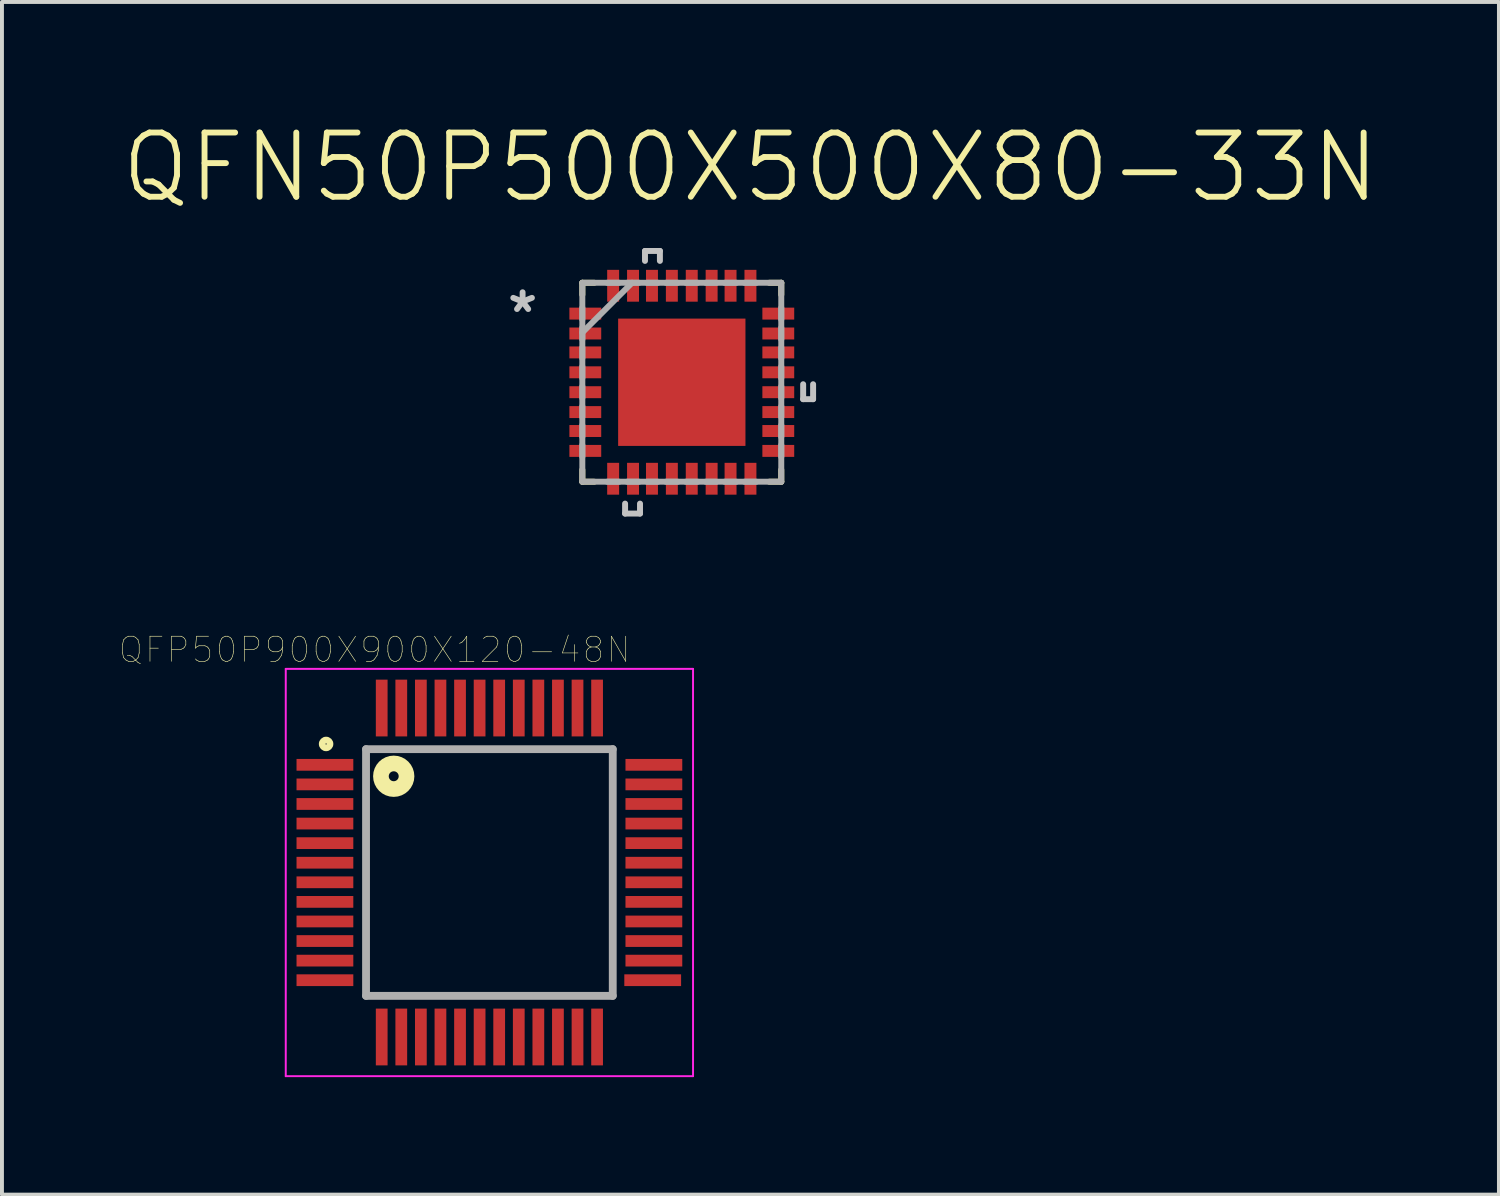
<source format=kicad_pcb>
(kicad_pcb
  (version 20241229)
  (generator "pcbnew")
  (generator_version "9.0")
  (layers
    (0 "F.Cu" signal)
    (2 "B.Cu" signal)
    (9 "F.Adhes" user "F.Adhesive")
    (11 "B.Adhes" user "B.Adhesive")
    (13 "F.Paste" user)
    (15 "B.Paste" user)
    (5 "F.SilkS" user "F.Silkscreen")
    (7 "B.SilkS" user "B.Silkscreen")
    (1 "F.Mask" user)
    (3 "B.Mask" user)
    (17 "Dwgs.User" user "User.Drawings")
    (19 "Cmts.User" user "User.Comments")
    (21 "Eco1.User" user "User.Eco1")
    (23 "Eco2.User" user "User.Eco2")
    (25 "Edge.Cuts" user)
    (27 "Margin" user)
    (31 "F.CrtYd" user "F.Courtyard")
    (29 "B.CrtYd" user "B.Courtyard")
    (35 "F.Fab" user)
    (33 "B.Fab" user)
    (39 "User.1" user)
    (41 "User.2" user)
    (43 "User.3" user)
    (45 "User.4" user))
  (footprint "QFP50P900X900X120-48N"
    (layer "F.Cu")
    (at 9.447 19.23)
    (property "Reference" "QFP50P900X900X120-48N" (at -2.929 -5.689 0) (layer "F.SilkS") (effects (font (size 0.641 0.641) (thickness 0.015))))
    (attr through_hole)
    (fp_circle (center -4.17 -3.283) (end -4.07 -3.283) (stroke (width 0.17) (type solid)) (fill no) (layer "F.SilkS"))
    (fp_circle (center -2.443 -2.458) (end -2.316 -2.458) (stroke (width 0.4) (type solid)) (fill no) (layer "F.SilkS"))
    (fp_line (start -5.2 -5.2) (end 5.2 -5.2) (stroke (width 0.05) (type solid)) (layer "F.CrtYd"))
    (fp_line (start -5.2 5.2) (end -5.2 -5.2) (stroke (width 0.05) (type solid)) (layer "F.CrtYd"))
    (fp_line (start 5.2 -5.2) (end 5.2 5.2) (stroke (width 0.05) (type solid)) (layer "F.CrtYd"))
    (fp_line (start 5.2 5.2) (end -5.2 5.2) (stroke (width 0.05) (type solid)) (layer "F.CrtYd"))
    (fp_line (start -3.15 3.15) (end -3.15 -3.15) (stroke (width 0.2) (type solid)) (layer "F.Fab"))
    (fp_line (start 3.15 -3.15) (end -3.15 -3.15) (stroke (width 0.2) (type solid)) (layer "F.Fab"))
    (fp_line (start 3.15 3.15) (end -3.15 3.15) (stroke (width 0.2) (type solid)) (layer "F.Fab"))
    (fp_line (start 3.15 3.15) (end 3.15 -3.15) (stroke (width 0.2) (type solid)) (layer "F.Fab"))
    (pad "1" smd rect (at -4.2 -2.75) (size 1.45 0.3) (layers "F.Cu" "F.Mask" "F.Paste"))
    (pad "2" smd rect (at -4.2 -2.25) (size 1.45 0.3) (layers "F.Cu" "F.Mask" "F.Paste"))
    (pad "3" smd rect (at -4.2 -1.75) (size 1.45 0.3) (layers "F.Cu" "F.Mask" "F.Paste"))
    (pad "4" smd rect (at -4.2 -1.25) (size 1.45 0.3) (layers "F.Cu" "F.Mask" "F.Paste"))
    (pad "5" smd rect (at -4.2 -0.75) (size 1.45 0.3) (layers "F.Cu" "F.Mask" "F.Paste"))
    (pad "6" smd rect (at -4.2 -0.25) (size 1.45 0.3) (layers "F.Cu" "F.Mask" "F.Paste"))
    (pad "7" smd rect (at -4.2 0.25) (size 1.45 0.3) (layers "F.Cu" "F.Mask" "F.Paste"))
    (pad "8" smd rect (at -4.2 0.75) (size 1.45 0.3) (layers "F.Cu" "F.Mask" "F.Paste"))
    (pad "9" smd rect (at -4.2 1.25) (size 1.45 0.3) (layers "F.Cu" "F.Mask" "F.Paste"))
    (pad "10" smd rect (at -4.2 1.75) (size 1.45 0.3) (layers "F.Cu" "F.Mask" "F.Paste"))
    (pad "11" smd rect (at -4.2 2.25) (size 1.45 0.3) (layers "F.Cu" "F.Mask" "F.Paste"))
    (pad "12" smd rect (at -4.2 2.75) (size 1.45 0.3) (layers "F.Cu" "F.Mask" "F.Paste"))
    (pad "13" smd rect (at -2.75 4.2) (size 0.3 1.45) (layers "F.Cu" "F.Mask" "F.Paste"))
    (pad "14" smd rect (at -2.25 4.2) (size 0.3 1.45) (layers "F.Cu" "F.Mask" "F.Paste"))
    (pad "15" smd rect (at -1.75 4.2) (size 0.3 1.45) (layers "F.Cu" "F.Mask" "F.Paste"))
    (pad "16" smd rect (at -1.25 4.2) (size 0.3 1.45) (layers "F.Cu" "F.Mask" "F.Paste"))
    (pad "17" smd rect (at -0.75 4.2) (size 0.3 1.45) (layers "F.Cu" "F.Mask" "F.Paste"))
    (pad "18" smd rect (at -0.25 4.2) (size 0.3 1.45) (layers "F.Cu" "F.Mask" "F.Paste"))
    (pad "19" smd rect (at 0.25 4.2) (size 0.3 1.45) (layers "F.Cu" "F.Mask" "F.Paste"))
    (pad "20" smd rect (at 0.75 4.2) (size 0.3 1.45) (layers "F.Cu" "F.Mask" "F.Paste"))
    (pad "21" smd rect (at 1.25 4.2) (size 0.3 1.45) (layers "F.Cu" "F.Mask" "F.Paste"))
    (pad "22" smd rect (at 1.75 4.2) (size 0.3 1.45) (layers "F.Cu" "F.Mask" "F.Paste"))
    (pad "23" smd rect (at 2.25 4.2) (size 0.3 1.45) (layers "F.Cu" "F.Mask" "F.Paste"))
    (pad "24" smd rect (at 2.75 4.2) (size 0.3 1.45) (layers "F.Cu" "F.Mask" "F.Paste"))
    (pad "25" smd rect (at 4.17 2.75) (size 1.45 0.3) (layers "F.Cu" "F.Mask" "F.Paste"))
    (pad "26" smd rect (at 4.2 2.25) (size 1.45 0.3) (layers "F.Cu" "F.Mask" "F.Paste"))
    (pad "27" smd rect (at 4.2 1.75) (size 1.45 0.3) (layers "F.Cu" "F.Mask" "F.Paste"))
    (pad "28" smd rect (at 4.2 1.25) (size 1.45 0.3) (layers "F.Cu" "F.Mask" "F.Paste"))
    (pad "29" smd rect (at 4.2 0.75) (size 1.45 0.3) (layers "F.Cu" "F.Mask" "F.Paste"))
    (pad "30" smd rect (at 4.2 0.25) (size 1.45 0.3) (layers "F.Cu" "F.Mask" "F.Paste"))
    (pad "31" smd rect (at 4.2 -0.25) (size 1.45 0.3) (layers "F.Cu" "F.Mask" "F.Paste"))
    (pad "32" smd rect (at 4.2 -0.75) (size 1.45 0.3) (layers "F.Cu" "F.Mask" "F.Paste"))
    (pad "33" smd rect (at 4.2 -1.25) (size 1.45 0.3) (layers "F.Cu" "F.Mask" "F.Paste"))
    (pad "34" smd rect (at 4.2 -1.75) (size 1.45 0.3) (layers "F.Cu" "F.Mask" "F.Paste"))
    (pad "35" smd rect (at 4.2 -2.25) (size 1.45 0.3) (layers "F.Cu" "F.Mask" "F.Paste"))
    (pad "36" smd rect (at 4.2 -2.75) (size 1.45 0.3) (layers "F.Cu" "F.Mask" "F.Paste"))
    (pad "37" smd rect (at 2.75 -4.2) (size 0.3 1.45) (layers "F.Cu" "F.Mask" "F.Paste"))
    (pad "38" smd rect (at 2.25 -4.2) (size 0.3 1.45) (layers "F.Cu" "F.Mask" "F.Paste"))
    (pad "39" smd rect (at 1.75 -4.2) (size 0.3 1.45) (layers "F.Cu" "F.Mask" "F.Paste"))
    (pad "40" smd rect (at 1.25 -4.2) (size 0.3 1.45) (layers "F.Cu" "F.Mask" "F.Paste"))
    (pad "41" smd rect (at 0.75 -4.2) (size 0.3 1.45) (layers "F.Cu" "F.Mask" "F.Paste"))
    (pad "42" smd rect (at 0.25 -4.2) (size 0.3 1.45) (layers "F.Cu" "F.Mask" "F.Paste"))
    (pad "43" smd rect (at -0.25 -4.2) (size 0.3 1.45) (layers "F.Cu" "F.Mask" "F.Paste"))
    (pad "44" smd rect (at -0.75 -4.2) (size 0.3 1.45) (layers "F.Cu" "F.Mask" "F.Paste"))
    (pad "45" smd rect (at -1.25 -4.2) (size 0.3 1.45) (layers "F.Cu" "F.Mask" "F.Paste"))
    (pad "46" smd rect (at -1.75 -4.2) (size 0.3 1.45) (layers "F.Cu" "F.Mask" "F.Paste"))
    (pad "47" smd rect (at -2.25 -4.2) (size 0.3 1.45) (layers "F.Cu" "F.Mask" "F.Paste"))
    (pad "48" smd rect (at -2.75 -4.2) (size 0.3 1.45) (layers "F.Cu" "F.Mask" "F.Paste")))
  (footprint "QFN50P500X500X80-33N"
    (layer "F.Cu")
    (at 14.36 6.711)
    (property "Reference" "QFN50P500X500X80-33N" (at 1.753 -5.488 0) (layer "F.SilkS") (effects (font (size 1.64 1.64) (thickness 0.15))))
    (attr through_hole)
    (fp_line (start -2.54 -2.54) (end -2.54 -2.235) (stroke (width 0.152) (type solid)) (layer "F.SilkS"))
    (fp_line (start -2.54 2.235) (end -2.54 2.54) (stroke (width 0.152) (type solid)) (layer "F.SilkS"))
    (fp_line (start -2.54 2.54) (end -2.235 2.54) (stroke (width 0.152) (type solid)) (layer "F.SilkS"))
    (fp_line (start -2.235 -2.54) (end -2.54 -2.54) (stroke (width 0.152) (type solid)) (layer "F.SilkS"))
    (fp_line (start 2.235 2.54) (end 2.54 2.54) (stroke (width 0.152) (type solid)) (layer "F.SilkS"))
    (fp_line (start 2.54 -2.54) (end 2.235 -2.54) (stroke (width 0.152) (type solid)) (layer "F.SilkS"))
    (fp_line (start 2.54 -2.235) (end 2.54 -2.54) (stroke (width 0.152) (type solid)) (layer "F.SilkS"))
    (fp_line (start 2.54 2.54) (end 2.54 2.235) (stroke (width 0.152) (type solid)) (layer "F.SilkS"))
    (fp_line (start -1.448 3.099) (end -1.448 3.353) (stroke (width 0.152) (type solid)) (layer "Dwgs.User"))
    (fp_line (start -1.448 3.353) (end -1.067 3.353) (stroke (width 0.152) (type solid)) (layer "Dwgs.User"))
    (fp_line (start -1.067 3.353) (end -1.067 3.099) (stroke (width 0.152) (type solid)) (layer "Dwgs.User"))
    (fp_line (start -0.94 -3.353) (end -0.559 -3.353) (stroke (width 0.152) (type solid)) (layer "Dwgs.User"))
    (fp_line (start -0.94 -3.099) (end -0.94 -3.353) (stroke (width 0.152) (type solid)) (layer "Dwgs.User"))
    (fp_line (start -0.559 -3.353) (end -0.559 -3.099) (stroke (width 0.152) (type solid)) (layer "Dwgs.User"))
    (fp_line (start 3.099 0.432) (end 3.099 0.051) (stroke (width 0.152) (type solid)) (layer "Dwgs.User"))
    (fp_line (start 3.353 0.051) (end 3.353 0.432) (stroke (width 0.152) (type solid)) (layer "Dwgs.User"))
    (fp_line (start 3.353 0.432) (end 3.099 0.432) (stroke (width 0.152) (type solid)) (layer "Dwgs.User"))
    (fp_line (start -2.54 -2.54) (end -2.54 2.54) (stroke (width 0.152) (type solid)) (layer "F.Fab"))
    (fp_line (start -2.54 -1.905) (end -2.54 -1.6) (stroke (width 0.152) (type solid)) (layer "F.Fab"))
    (fp_line (start -2.54 -1.397) (end -2.54 -1.092) (stroke (width 0.152) (type solid)) (layer "F.Fab"))
    (fp_line (start -2.54 -1.27) (end -1.27 -2.54) (stroke (width 0.152) (type solid)) (layer "F.Fab"))
    (fp_line (start -2.54 -0.889) (end -2.54 -0.61) (stroke (width 0.152) (type solid)) (layer "F.Fab"))
    (fp_line (start -2.54 -0.406) (end -2.54 -0.102) (stroke (width 0.152) (type solid)) (layer "F.Fab"))
    (fp_line (start -2.54 0.102) (end -2.54 0.406) (stroke (width 0.152) (type solid)) (layer "F.Fab"))
    (fp_line (start -2.54 0.61) (end -2.54 0.889) (stroke (width 0.152) (type solid)) (layer "F.Fab"))
    (fp_line (start -2.54 1.092) (end -2.54 1.397) (stroke (width 0.152) (type solid)) (layer "F.Fab"))
    (fp_line (start -2.54 1.6) (end -2.54 1.905) (stroke (width 0.152) (type solid)) (layer "F.Fab"))
    (fp_line (start -2.54 2.54) (end 2.54 2.54) (stroke (width 0.152) (type solid)) (layer "F.Fab"))
    (fp_line (start -1.905 2.54) (end -1.6 2.54) (stroke (width 0.152) (type solid)) (layer "F.Fab"))
    (fp_line (start -1.6 -2.54) (end -1.905 -2.54) (stroke (width 0.152) (type solid)) (layer "F.Fab"))
    (fp_line (start -1.397 2.54) (end -1.092 2.54) (stroke (width 0.152) (type solid)) (layer "F.Fab"))
    (fp_line (start -1.092 -2.54) (end -1.397 -2.54) (stroke (width 0.152) (type solid)) (layer "F.Fab"))
    (fp_line (start -0.889 2.54) (end -0.61 2.54) (stroke (width 0.152) (type solid)) (layer "F.Fab"))
    (fp_line (start -0.61 -2.54) (end -0.889 -2.54) (stroke (width 0.152) (type solid)) (layer "F.Fab"))
    (fp_line (start -0.406 2.54) (end -0.102 2.54) (stroke (width 0.152) (type solid)) (layer "F.Fab"))
    (fp_line (start -0.102 -2.54) (end -0.406 -2.54) (stroke (width 0.152) (type solid)) (layer "F.Fab"))
    (fp_line (start 0.102 2.54) (end 0.406 2.54) (stroke (width 0.152) (type solid)) (layer "F.Fab"))
    (fp_line (start 0.406 -2.54) (end 0.102 -2.54) (stroke (width 0.152) (type solid)) (layer "F.Fab"))
    (fp_line (start 0.61 2.54) (end 0.889 2.54) (stroke (width 0.152) (type solid)) (layer "F.Fab"))
    (fp_line (start 0.889 -2.54) (end 0.61 -2.54) (stroke (width 0.152) (type solid)) (layer "F.Fab"))
    (fp_line (start 1.092 2.54) (end 1.397 2.54) (stroke (width 0.152) (type solid)) (layer "F.Fab"))
    (fp_line (start 1.397 -2.54) (end 1.092 -2.54) (stroke (width 0.152) (type solid)) (layer "F.Fab"))
    (fp_line (start 1.6 2.54) (end 1.905 2.54) (stroke (width 0.152) (type solid)) (layer "F.Fab"))
    (fp_line (start 1.905 -2.54) (end 1.6 -2.54) (stroke (width 0.152) (type solid)) (layer "F.Fab"))
    (fp_line (start 2.54 -2.54) (end -2.54 -2.54) (stroke (width 0.152) (type solid)) (layer "F.Fab"))
    (fp_line (start 2.54 -1.6) (end 2.54 -1.905) (stroke (width 0.152) (type solid)) (layer "F.Fab"))
    (fp_line (start 2.54 -1.092) (end 2.54 -1.397) (stroke (width 0.152) (type solid)) (layer "F.Fab"))
    (fp_line (start 2.54 -0.61) (end 2.54 -0.889) (stroke (width 0.152) (type solid)) (layer "F.Fab"))
    (fp_line (start 2.54 -0.102) (end 2.54 -0.406) (stroke (width 0.152) (type solid)) (layer "F.Fab"))
    (fp_line (start 2.54 0.406) (end 2.54 0.102) (stroke (width 0.152) (type solid)) (layer "F.Fab"))
    (fp_line (start 2.54 0.889) (end 2.54 0.61) (stroke (width 0.152) (type solid)) (layer "F.Fab"))
    (fp_line (start 2.54 1.397) (end 2.54 1.092) (stroke (width 0.152) (type solid)) (layer "F.Fab"))
    (fp_line (start 2.54 1.905) (end 2.54 1.6) (stroke (width 0.152) (type solid)) (layer "F.Fab"))
    (fp_line (start 2.54 2.54) (end 2.54 -2.54) (stroke (width 0.152) (type solid)) (layer "F.Fab"))
    (fp_text user "*" (at -4.065 -1.753 0) (layer "Dwgs.User") (effects (font (size 1 1) (thickness 0.15))))
    (pad "1" smd rect (at -2.464 -1.753) (size 0.813 0.305) (layers "F.Cu" "F.Mask" "F.Paste"))
    (pad "2" smd rect (at -2.464 -1.245) (size 0.813 0.305) (layers "F.Cu" "F.Mask" "F.Paste"))
    (pad "3" smd rect (at -2.464 -0.762) (size 0.813 0.305) (layers "F.Cu" "F.Mask" "F.Paste"))
    (pad "4" smd rect (at -2.464 -0.254) (size 0.813 0.305) (layers "F.Cu" "F.Mask" "F.Paste"))
    (pad "5" smd rect (at -2.464 0.254) (size 0.813 0.305) (layers "F.Cu" "F.Mask" "F.Paste"))
    (pad "6" smd rect (at -2.464 0.762) (size 0.813 0.305) (layers "F.Cu" "F.Mask" "F.Paste"))
    (pad "7" smd rect (at -2.464 1.245) (size 0.813 0.305) (layers "F.Cu" "F.Mask" "F.Paste"))
    (pad "8" smd rect (at -2.464 1.753) (size 0.813 0.305) (layers "F.Cu" "F.Mask" "F.Paste"))
    (pad "9" smd rect (at -1.753 2.464) (size 0.305 0.813) (layers "F.Cu" "F.Mask" "F.Paste"))
    (pad "10" smd rect (at -1.245 2.464) (size 0.305 0.813) (layers "F.Cu" "F.Mask" "F.Paste"))
    (pad "11" smd rect (at -0.762 2.464) (size 0.305 0.813) (layers "F.Cu" "F.Mask" "F.Paste"))
    (pad "12" smd rect (at -0.254 2.464) (size 0.305 0.813) (layers "F.Cu" "F.Mask" "F.Paste"))
    (pad "13" smd rect (at 0.254 2.464) (size 0.305 0.813) (layers "F.Cu" "F.Mask" "F.Paste"))
    (pad "14" smd rect (at 0.762 2.464) (size 0.305 0.813) (layers "F.Cu" "F.Mask" "F.Paste"))
    (pad "15" smd rect (at 1.245 2.464) (size 0.305 0.813) (layers "F.Cu" "F.Mask" "F.Paste"))
    (pad "16" smd rect (at 1.753 2.464) (size 0.305 0.813) (layers "F.Cu" "F.Mask" "F.Paste"))
    (pad "17" smd rect (at 2.464 1.753) (size 0.813 0.305) (layers "F.Cu" "F.Mask" "F.Paste"))
    (pad "18" smd rect (at 2.464 1.245) (size 0.813 0.305) (layers "F.Cu" "F.Mask" "F.Paste"))
    (pad "19" smd rect (at 2.464 0.762) (size 0.813 0.305) (layers "F.Cu" "F.Mask" "F.Paste"))
    (pad "20" smd rect (at 2.464 0.254) (size 0.813 0.305) (layers "F.Cu" "F.Mask" "F.Paste"))
    (pad "21" smd rect (at 2.464 -0.254) (size 0.813 0.305) (layers "F.Cu" "F.Mask" "F.Paste"))
    (pad "22" smd rect (at 2.464 -0.762) (size 0.813 0.305) (layers "F.Cu" "F.Mask" "F.Paste"))
    (pad "23" smd rect (at 2.464 -1.245) (size 0.813 0.305) (layers "F.Cu" "F.Mask" "F.Paste"))
    (pad "24" smd rect (at 2.464 -1.753) (size 0.813 0.305) (layers "F.Cu" "F.Mask" "F.Paste"))
    (pad "25" smd rect (at 1.753 -2.464) (size 0.305 0.813) (layers "F.Cu" "F.Mask" "F.Paste"))
    (pad "26" smd rect (at 1.245 -2.464) (size 0.305 0.813) (layers "F.Cu" "F.Mask" "F.Paste"))
    (pad "27" smd rect (at 0.762 -2.464) (size 0.305 0.813) (layers "F.Cu" "F.Mask" "F.Paste"))
    (pad "28" smd rect (at 0.254 -2.464) (size 0.305 0.813) (layers "F.Cu" "F.Mask" "F.Paste"))
    (pad "29" smd rect (at -0.254 -2.464) (size 0.305 0.813) (layers "F.Cu" "F.Mask" "F.Paste"))
    (pad "30" smd rect (at -0.762 -2.464) (size 0.305 0.813) (layers "F.Cu" "F.Mask" "F.Paste"))
    (pad "31" smd rect (at -1.245 -2.464) (size 0.305 0.813) (layers "F.Cu" "F.Mask" "F.Paste"))
    (pad "32" smd rect (at -1.753 -2.464) (size 0.305 0.813) (layers "F.Cu" "F.Mask" "F.Paste"))
    (pad "33" smd rect (at 0 0) (size 3.251 3.251) (layers "F.Cu" "F.Mask" "F.Paste")))
  (gr_rect
    (start -3 -3)
    (end 35.226 27.455)
    (stroke (width 0.1) (type default))
    (fill no)
    (layer "Edge.Cuts")))
</source>
